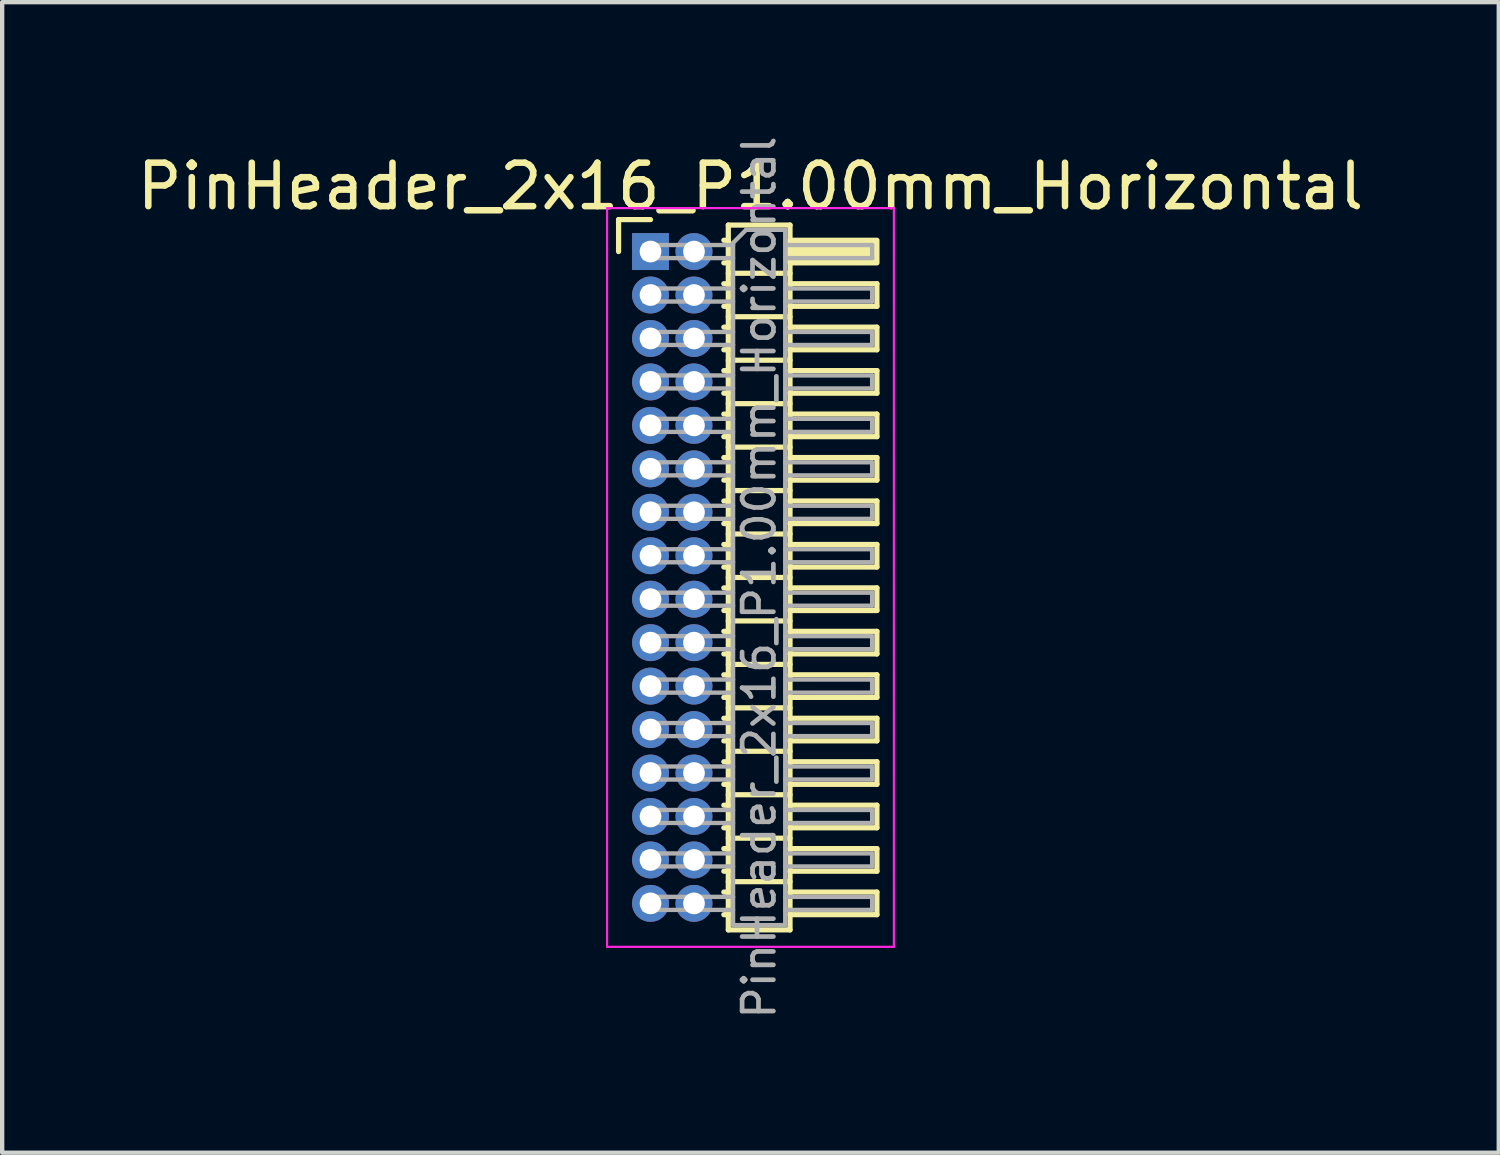
<source format=kicad_pcb>
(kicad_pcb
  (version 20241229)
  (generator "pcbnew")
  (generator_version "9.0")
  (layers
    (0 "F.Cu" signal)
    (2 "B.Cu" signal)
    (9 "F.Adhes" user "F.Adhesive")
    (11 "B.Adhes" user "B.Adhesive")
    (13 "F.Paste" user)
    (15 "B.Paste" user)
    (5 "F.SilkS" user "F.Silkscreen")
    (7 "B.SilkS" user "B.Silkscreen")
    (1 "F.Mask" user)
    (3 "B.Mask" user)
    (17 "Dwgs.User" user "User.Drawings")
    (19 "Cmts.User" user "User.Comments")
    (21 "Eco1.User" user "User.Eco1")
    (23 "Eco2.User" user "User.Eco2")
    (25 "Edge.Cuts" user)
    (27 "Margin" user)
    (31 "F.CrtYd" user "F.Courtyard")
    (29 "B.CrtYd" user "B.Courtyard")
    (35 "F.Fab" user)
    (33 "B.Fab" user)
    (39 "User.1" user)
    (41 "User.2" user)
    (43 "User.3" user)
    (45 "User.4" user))
  (footprint "PinHeader_2x16_P1.00mm_Horizontal"
    (layer "F.Cu")
    (at 11.92 2.739)
    (property "Reference" "PinHeader_2x16_P1.00mm_Horizontal" (at 2.3 -1.5 0) (layer "F.SilkS") (effects (font (size 1 1) (thickness 0.15))))
    (attr through_hole)
    (fp_line (start -0.735 -0.735) (end 0 -0.735) (stroke (width 0.12) (type solid)) (layer "F.SilkS"))
    (fp_line (start -0.735 0) (end -0.735 -0.735) (stroke (width 0.12) (type solid)) (layer "F.SilkS"))
    (fp_line (start 1.687 -0.26) (end 1.79 -0.26) (stroke (width 0.12) (type solid)) (layer "F.SilkS"))
    (fp_line (start 1.687 0.26) (end 1.79 0.26) (stroke (width 0.12) (type solid)) (layer "F.SilkS"))
    (fp_line (start 1.687 0.74) (end 1.79 0.74) (stroke (width 0.12) (type solid)) (layer "F.SilkS"))
    (fp_line (start 1.687 1.26) (end 1.79 1.26) (stroke (width 0.12) (type solid)) (layer "F.SilkS"))
    (fp_line (start 1.687 1.74) (end 1.79 1.74) (stroke (width 0.12) (type solid)) (layer "F.SilkS"))
    (fp_line (start 1.687 2.26) (end 1.79 2.26) (stroke (width 0.12) (type solid)) (layer "F.SilkS"))
    (fp_line (start 1.687 2.74) (end 1.79 2.74) (stroke (width 0.12) (type solid)) (layer "F.SilkS"))
    (fp_line (start 1.687 3.26) (end 1.79 3.26) (stroke (width 0.12) (type solid)) (layer "F.SilkS"))
    (fp_line (start 1.687 3.74) (end 1.79 3.74) (stroke (width 0.12) (type solid)) (layer "F.SilkS"))
    (fp_line (start 1.687 4.26) (end 1.79 4.26) (stroke (width 0.12) (type solid)) (layer "F.SilkS"))
    (fp_line (start 1.687 4.74) (end 1.79 4.74) (stroke (width 0.12) (type solid)) (layer "F.SilkS"))
    (fp_line (start 1.687 5.26) (end 1.79 5.26) (stroke (width 0.12) (type solid)) (layer "F.SilkS"))
    (fp_line (start 1.687 5.74) (end 1.79 5.74) (stroke (width 0.12) (type solid)) (layer "F.SilkS"))
    (fp_line (start 1.687 6.26) (end 1.79 6.26) (stroke (width 0.12) (type solid)) (layer "F.SilkS"))
    (fp_line (start 1.687 6.74) (end 1.79 6.74) (stroke (width 0.12) (type solid)) (layer "F.SilkS"))
    (fp_line (start 1.687 7.26) (end 1.79 7.26) (stroke (width 0.12) (type solid)) (layer "F.SilkS"))
    (fp_line (start 1.687 7.74) (end 1.79 7.74) (stroke (width 0.12) (type solid)) (layer "F.SilkS"))
    (fp_line (start 1.687 8.26) (end 1.79 8.26) (stroke (width 0.12) (type solid)) (layer "F.SilkS"))
    (fp_line (start 1.687 8.74) (end 1.79 8.74) (stroke (width 0.12) (type solid)) (layer "F.SilkS"))
    (fp_line (start 1.687 9.26) (end 1.79 9.26) (stroke (width 0.12) (type solid)) (layer "F.SilkS"))
    (fp_line (start 1.687 9.74) (end 1.79 9.74) (stroke (width 0.12) (type solid)) (layer "F.SilkS"))
    (fp_line (start 1.687 10.26) (end 1.79 10.26) (stroke (width 0.12) (type solid)) (layer "F.SilkS"))
    (fp_line (start 1.687 10.74) (end 1.79 10.74) (stroke (width 0.12) (type solid)) (layer "F.SilkS"))
    (fp_line (start 1.687 11.26) (end 1.79 11.26) (stroke (width 0.12) (type solid)) (layer "F.SilkS"))
    (fp_line (start 1.687 11.74) (end 1.79 11.74) (stroke (width 0.12) (type solid)) (layer "F.SilkS"))
    (fp_line (start 1.687 12.26) (end 1.79 12.26) (stroke (width 0.12) (type solid)) (layer "F.SilkS"))
    (fp_line (start 1.687 12.74) (end 1.79 12.74) (stroke (width 0.12) (type solid)) (layer "F.SilkS"))
    (fp_line (start 1.687 13.26) (end 1.79 13.26) (stroke (width 0.12) (type solid)) (layer "F.SilkS"))
    (fp_line (start 1.687 13.74) (end 1.79 13.74) (stroke (width 0.12) (type solid)) (layer "F.SilkS"))
    (fp_line (start 1.687 14.26) (end 1.79 14.26) (stroke (width 0.12) (type solid)) (layer "F.SilkS"))
    (fp_line (start 1.687 14.74) (end 1.79 14.74) (stroke (width 0.12) (type solid)) (layer "F.SilkS"))
    (fp_line (start 1.687 15.26) (end 1.79 15.26) (stroke (width 0.12) (type solid)) (layer "F.SilkS"))
    (fp_line (start 1.79 -0.61) (end 1.79 15.61) (stroke (width 0.12) (type solid)) (layer "F.SilkS"))
    (fp_line (start 1.79 0.5) (end 3.21 0.5) (stroke (width 0.12) (type solid)) (layer "F.SilkS"))
    (fp_line (start 1.79 1.5) (end 3.21 1.5) (stroke (width 0.12) (type solid)) (layer "F.SilkS"))
    (fp_line (start 1.79 2.5) (end 3.21 2.5) (stroke (width 0.12) (type solid)) (layer "F.SilkS"))
    (fp_line (start 1.79 3.5) (end 3.21 3.5) (stroke (width 0.12) (type solid)) (layer "F.SilkS"))
    (fp_line (start 1.79 4.5) (end 3.21 4.5) (stroke (width 0.12) (type solid)) (layer "F.SilkS"))
    (fp_line (start 1.79 5.5) (end 3.21 5.5) (stroke (width 0.12) (type solid)) (layer "F.SilkS"))
    (fp_line (start 1.79 6.5) (end 3.21 6.5) (stroke (width 0.12) (type solid)) (layer "F.SilkS"))
    (fp_line (start 1.79 7.5) (end 3.21 7.5) (stroke (width 0.12) (type solid)) (layer "F.SilkS"))
    (fp_line (start 1.79 8.5) (end 3.21 8.5) (stroke (width 0.12) (type solid)) (layer "F.SilkS"))
    (fp_line (start 1.79 9.5) (end 3.21 9.5) (stroke (width 0.12) (type solid)) (layer "F.SilkS"))
    (fp_line (start 1.79 10.5) (end 3.21 10.5) (stroke (width 0.12) (type solid)) (layer "F.SilkS"))
    (fp_line (start 1.79 11.5) (end 3.21 11.5) (stroke (width 0.12) (type solid)) (layer "F.SilkS"))
    (fp_line (start 1.79 12.5) (end 3.21 12.5) (stroke (width 0.12) (type solid)) (layer "F.SilkS"))
    (fp_line (start 1.79 13.5) (end 3.21 13.5) (stroke (width 0.12) (type solid)) (layer "F.SilkS"))
    (fp_line (start 1.79 14.5) (end 3.21 14.5) (stroke (width 0.12) (type solid)) (layer "F.SilkS"))
    (fp_line (start 1.79 15.61) (end 3.21 15.61) (stroke (width 0.12) (type solid)) (layer "F.SilkS"))
    (fp_line (start 3.21 -0.61) (end 1.79 -0.61) (stroke (width 0.12) (type solid)) (layer "F.SilkS"))
    (fp_line (start 3.21 0.74) (end 5.21 0.74) (stroke (width 0.12) (type solid)) (layer "F.SilkS"))
    (fp_line (start 3.21 1.74) (end 5.21 1.74) (stroke (width 0.12) (type solid)) (layer "F.SilkS"))
    (fp_line (start 3.21 2.74) (end 5.21 2.74) (stroke (width 0.12) (type solid)) (layer "F.SilkS"))
    (fp_line (start 3.21 3.74) (end 5.21 3.74) (stroke (width 0.12) (type solid)) (layer "F.SilkS"))
    (fp_line (start 3.21 4.74) (end 5.21 4.74) (stroke (width 0.12) (type solid)) (layer "F.SilkS"))
    (fp_line (start 3.21 5.74) (end 5.21 5.74) (stroke (width 0.12) (type solid)) (layer "F.SilkS"))
    (fp_line (start 3.21 6.74) (end 5.21 6.74) (stroke (width 0.12) (type solid)) (layer "F.SilkS"))
    (fp_line (start 3.21 7.74) (end 5.21 7.74) (stroke (width 0.12) (type solid)) (layer "F.SilkS"))
    (fp_line (start 3.21 8.74) (end 5.21 8.74) (stroke (width 0.12) (type solid)) (layer "F.SilkS"))
    (fp_line (start 3.21 9.74) (end 5.21 9.74) (stroke (width 0.12) (type solid)) (layer "F.SilkS"))
    (fp_line (start 3.21 10.74) (end 5.21 10.74) (stroke (width 0.12) (type solid)) (layer "F.SilkS"))
    (fp_line (start 3.21 11.74) (end 5.21 11.74) (stroke (width 0.12) (type solid)) (layer "F.SilkS"))
    (fp_line (start 3.21 12.74) (end 5.21 12.74) (stroke (width 0.12) (type solid)) (layer "F.SilkS"))
    (fp_line (start 3.21 13.74) (end 5.21 13.74) (stroke (width 0.12) (type solid)) (layer "F.SilkS"))
    (fp_line (start 3.21 14.74) (end 5.21 14.74) (stroke (width 0.12) (type solid)) (layer "F.SilkS"))
    (fp_line (start 3.21 15.61) (end 3.21 -0.61) (stroke (width 0.12) (type solid)) (layer "F.SilkS"))
    (fp_line (start 5.21 0.74) (end 5.21 1.26) (stroke (width 0.12) (type solid)) (layer "F.SilkS"))
    (fp_line (start 5.21 1.26) (end 3.21 1.26) (stroke (width 0.12) (type solid)) (layer "F.SilkS"))
    (fp_line (start 5.21 1.74) (end 5.21 2.26) (stroke (width 0.12) (type solid)) (layer "F.SilkS"))
    (fp_line (start 5.21 2.26) (end 3.21 2.26) (stroke (width 0.12) (type solid)) (layer "F.SilkS"))
    (fp_line (start 5.21 2.74) (end 5.21 3.26) (stroke (width 0.12) (type solid)) (layer "F.SilkS"))
    (fp_line (start 5.21 3.26) (end 3.21 3.26) (stroke (width 0.12) (type solid)) (layer "F.SilkS"))
    (fp_line (start 5.21 3.74) (end 5.21 4.26) (stroke (width 0.12) (type solid)) (layer "F.SilkS"))
    (fp_line (start 5.21 4.26) (end 3.21 4.26) (stroke (width 0.12) (type solid)) (layer "F.SilkS"))
    (fp_line (start 5.21 4.74) (end 5.21 5.26) (stroke (width 0.12) (type solid)) (layer "F.SilkS"))
    (fp_line (start 5.21 5.26) (end 3.21 5.26) (stroke (width 0.12) (type solid)) (layer "F.SilkS"))
    (fp_line (start 5.21 5.74) (end 5.21 6.26) (stroke (width 0.12) (type solid)) (layer "F.SilkS"))
    (fp_line (start 5.21 6.26) (end 3.21 6.26) (stroke (width 0.12) (type solid)) (layer "F.SilkS"))
    (fp_line (start 5.21 6.74) (end 5.21 7.26) (stroke (width 0.12) (type solid)) (layer "F.SilkS"))
    (fp_line (start 5.21 7.26) (end 3.21 7.26) (stroke (width 0.12) (type solid)) (layer "F.SilkS"))
    (fp_line (start 5.21 7.74) (end 5.21 8.26) (stroke (width 0.12) (type solid)) (layer "F.SilkS"))
    (fp_line (start 5.21 8.26) (end 3.21 8.26) (stroke (width 0.12) (type solid)) (layer "F.SilkS"))
    (fp_line (start 5.21 8.74) (end 5.21 9.26) (stroke (width 0.12) (type solid)) (layer "F.SilkS"))
    (fp_line (start 5.21 9.26) (end 3.21 9.26) (stroke (width 0.12) (type solid)) (layer "F.SilkS"))
    (fp_line (start 5.21 9.74) (end 5.21 10.26) (stroke (width 0.12) (type solid)) (layer "F.SilkS"))
    (fp_line (start 5.21 10.26) (end 3.21 10.26) (stroke (width 0.12) (type solid)) (layer "F.SilkS"))
    (fp_line (start 5.21 10.74) (end 5.21 11.26) (stroke (width 0.12) (type solid)) (layer "F.SilkS"))
    (fp_line (start 5.21 11.26) (end 3.21 11.26) (stroke (width 0.12) (type solid)) (layer "F.SilkS"))
    (fp_line (start 5.21 11.74) (end 5.21 12.26) (stroke (width 0.12) (type solid)) (layer "F.SilkS"))
    (fp_line (start 5.21 12.26) (end 3.21 12.26) (stroke (width 0.12) (type solid)) (layer "F.SilkS"))
    (fp_line (start 5.21 12.74) (end 5.21 13.26) (stroke (width 0.12) (type solid)) (layer "F.SilkS"))
    (fp_line (start 5.21 13.26) (end 3.21 13.26) (stroke (width 0.12) (type solid)) (layer "F.SilkS"))
    (fp_line (start 5.21 13.74) (end 5.21 14.26) (stroke (width 0.12) (type solid)) (layer "F.SilkS"))
    (fp_line (start 5.21 14.26) (end 3.21 14.26) (stroke (width 0.12) (type solid)) (layer "F.SilkS"))
    (fp_line (start 5.21 14.74) (end 5.21 15.26) (stroke (width 0.12) (type solid)) (layer "F.SilkS"))
    (fp_line (start 5.21 15.26) (end 3.21 15.26) (stroke (width 0.12) (type solid)) (layer "F.SilkS"))
    (fp_rect (start 3.21 -0.26) (end 5.21 0.26) (stroke (width 0.12) (type solid)) (fill yes) (layer "F.SilkS"))
    (fp_line (start -1 -1) (end -1 16) (stroke (width 0.05) (type solid)) (layer "F.CrtYd"))
    (fp_line (start -1 16) (end 5.6 16) (stroke (width 0.05) (type solid)) (layer "F.CrtYd"))
    (fp_line (start 5.6 -1) (end -1 -1) (stroke (width 0.05) (type solid)) (layer "F.CrtYd"))
    (fp_line (start 5.6 16) (end 5.6 -1) (stroke (width 0.05) (type solid)) (layer "F.CrtYd"))
    (fp_line (start -0.15 -0.15) (end -0.15 0.15) (stroke (width 0.1) (type solid)) (layer "F.Fab"))
    (fp_line (start -0.15 -0.15) (end 1.9 -0.15) (stroke (width 0.1) (type solid)) (layer "F.Fab"))
    (fp_line (start -0.15 0.15) (end 1.9 0.15) (stroke (width 0.1) (type solid)) (layer "F.Fab"))
    (fp_line (start -0.15 0.85) (end -0.15 1.15) (stroke (width 0.1) (type solid)) (layer "F.Fab"))
    (fp_line (start -0.15 0.85) (end 1.9 0.85) (stroke (width 0.1) (type solid)) (layer "F.Fab"))
    (fp_line (start -0.15 1.15) (end 1.9 1.15) (stroke (width 0.1) (type solid)) (layer "F.Fab"))
    (fp_line (start -0.15 1.85) (end -0.15 2.15) (stroke (width 0.1) (type solid)) (layer "F.Fab"))
    (fp_line (start -0.15 1.85) (end 1.9 1.85) (stroke (width 0.1) (type solid)) (layer "F.Fab"))
    (fp_line (start -0.15 2.15) (end 1.9 2.15) (stroke (width 0.1) (type solid)) (layer "F.Fab"))
    (fp_line (start -0.15 2.85) (end -0.15 3.15) (stroke (width 0.1) (type solid)) (layer "F.Fab"))
    (fp_line (start -0.15 2.85) (end 1.9 2.85) (stroke (width 0.1) (type solid)) (layer "F.Fab"))
    (fp_line (start -0.15 3.15) (end 1.9 3.15) (stroke (width 0.1) (type solid)) (layer "F.Fab"))
    (fp_line (start -0.15 3.85) (end -0.15 4.15) (stroke (width 0.1) (type solid)) (layer "F.Fab"))
    (fp_line (start -0.15 3.85) (end 1.9 3.85) (stroke (width 0.1) (type solid)) (layer "F.Fab"))
    (fp_line (start -0.15 4.15) (end 1.9 4.15) (stroke (width 0.1) (type solid)) (layer "F.Fab"))
    (fp_line (start -0.15 4.85) (end -0.15 5.15) (stroke (width 0.1) (type solid)) (layer "F.Fab"))
    (fp_line (start -0.15 4.85) (end 1.9 4.85) (stroke (width 0.1) (type solid)) (layer "F.Fab"))
    (fp_line (start -0.15 5.15) (end 1.9 5.15) (stroke (width 0.1) (type solid)) (layer "F.Fab"))
    (fp_line (start -0.15 5.85) (end -0.15 6.15) (stroke (width 0.1) (type solid)) (layer "F.Fab"))
    (fp_line (start -0.15 5.85) (end 1.9 5.85) (stroke (width 0.1) (type solid)) (layer "F.Fab"))
    (fp_line (start -0.15 6.15) (end 1.9 6.15) (stroke (width 0.1) (type solid)) (layer "F.Fab"))
    (fp_line (start -0.15 6.85) (end -0.15 7.15) (stroke (width 0.1) (type solid)) (layer "F.Fab"))
    (fp_line (start -0.15 6.85) (end 1.9 6.85) (stroke (width 0.1) (type solid)) (layer "F.Fab"))
    (fp_line (start -0.15 7.15) (end 1.9 7.15) (stroke (width 0.1) (type solid)) (layer "F.Fab"))
    (fp_line (start -0.15 7.85) (end -0.15 8.15) (stroke (width 0.1) (type solid)) (layer "F.Fab"))
    (fp_line (start -0.15 7.85) (end 1.9 7.85) (stroke (width 0.1) (type solid)) (layer "F.Fab"))
    (fp_line (start -0.15 8.15) (end 1.9 8.15) (stroke (width 0.1) (type solid)) (layer "F.Fab"))
    (fp_line (start -0.15 8.85) (end -0.15 9.15) (stroke (width 0.1) (type solid)) (layer "F.Fab"))
    (fp_line (start -0.15 8.85) (end 1.9 8.85) (stroke (width 0.1) (type solid)) (layer "F.Fab"))
    (fp_line (start -0.15 9.15) (end 1.9 9.15) (stroke (width 0.1) (type solid)) (layer "F.Fab"))
    (fp_line (start -0.15 9.85) (end -0.15 10.15) (stroke (width 0.1) (type solid)) (layer "F.Fab"))
    (fp_line (start -0.15 9.85) (end 1.9 9.85) (stroke (width 0.1) (type solid)) (layer "F.Fab"))
    (fp_line (start -0.15 10.15) (end 1.9 10.15) (stroke (width 0.1) (type solid)) (layer "F.Fab"))
    (fp_line (start -0.15 10.85) (end -0.15 11.15) (stroke (width 0.1) (type solid)) (layer "F.Fab"))
    (fp_line (start -0.15 10.85) (end 1.9 10.85) (stroke (width 0.1) (type solid)) (layer "F.Fab"))
    (fp_line (start -0.15 11.15) (end 1.9 11.15) (stroke (width 0.1) (type solid)) (layer "F.Fab"))
    (fp_line (start -0.15 11.85) (end -0.15 12.15) (stroke (width 0.1) (type solid)) (layer "F.Fab"))
    (fp_line (start -0.15 11.85) (end 1.9 11.85) (stroke (width 0.1) (type solid)) (layer "F.Fab"))
    (fp_line (start -0.15 12.15) (end 1.9 12.15) (stroke (width 0.1) (type solid)) (layer "F.Fab"))
    (fp_line (start -0.15 12.85) (end -0.15 13.15) (stroke (width 0.1) (type solid)) (layer "F.Fab"))
    (fp_line (start -0.15 12.85) (end 1.9 12.85) (stroke (width 0.1) (type solid)) (layer "F.Fab"))
    (fp_line (start -0.15 13.15) (end 1.9 13.15) (stroke (width 0.1) (type solid)) (layer "F.Fab"))
    (fp_line (start -0.15 13.85) (end -0.15 14.15) (stroke (width 0.1) (type solid)) (layer "F.Fab"))
    (fp_line (start -0.15 13.85) (end 1.9 13.85) (stroke (width 0.1) (type solid)) (layer "F.Fab"))
    (fp_line (start -0.15 14.15) (end 1.9 14.15) (stroke (width 0.1) (type solid)) (layer "F.Fab"))
    (fp_line (start -0.15 14.85) (end -0.15 15.15) (stroke (width 0.1) (type solid)) (layer "F.Fab"))
    (fp_line (start -0.15 14.85) (end 1.9 14.85) (stroke (width 0.1) (type solid)) (layer "F.Fab"))
    (fp_line (start -0.15 15.15) (end 1.9 15.15) (stroke (width 0.1) (type solid)) (layer "F.Fab"))
    (fp_line (start 1.9 -0.2) (end 2.2 -0.5) (stroke (width 0.1) (type solid)) (layer "F.Fab"))
    (fp_line (start 1.9 15.5) (end 1.9 -0.2) (stroke (width 0.1) (type solid)) (layer "F.Fab"))
    (fp_line (start 2.2 -0.5) (end 3.1 -0.5) (stroke (width 0.1) (type solid)) (layer "F.Fab"))
    (fp_line (start 3.1 -0.5) (end 3.1 15.5) (stroke (width 0.1) (type solid)) (layer "F.Fab"))
    (fp_line (start 3.1 -0.15) (end 5.1 -0.15) (stroke (width 0.1) (type solid)) (layer "F.Fab"))
    (fp_line (start 3.1 0.15) (end 5.1 0.15) (stroke (width 0.1) (type solid)) (layer "F.Fab"))
    (fp_line (start 3.1 0.85) (end 5.1 0.85) (stroke (width 0.1) (type solid)) (layer "F.Fab"))
    (fp_line (start 3.1 1.15) (end 5.1 1.15) (stroke (width 0.1) (type solid)) (layer "F.Fab"))
    (fp_line (start 3.1 1.85) (end 5.1 1.85) (stroke (width 0.1) (type solid)) (layer "F.Fab"))
    (fp_line (start 3.1 2.15) (end 5.1 2.15) (stroke (width 0.1) (type solid)) (layer "F.Fab"))
    (fp_line (start 3.1 2.85) (end 5.1 2.85) (stroke (width 0.1) (type solid)) (layer "F.Fab"))
    (fp_line (start 3.1 3.15) (end 5.1 3.15) (stroke (width 0.1) (type solid)) (layer "F.Fab"))
    (fp_line (start 3.1 3.85) (end 5.1 3.85) (stroke (width 0.1) (type solid)) (layer "F.Fab"))
    (fp_line (start 3.1 4.15) (end 5.1 4.15) (stroke (width 0.1) (type solid)) (layer "F.Fab"))
    (fp_line (start 3.1 4.85) (end 5.1 4.85) (stroke (width 0.1) (type solid)) (layer "F.Fab"))
    (fp_line (start 3.1 5.15) (end 5.1 5.15) (stroke (width 0.1) (type solid)) (layer "F.Fab"))
    (fp_line (start 3.1 5.85) (end 5.1 5.85) (stroke (width 0.1) (type solid)) (layer "F.Fab"))
    (fp_line (start 3.1 6.15) (end 5.1 6.15) (stroke (width 0.1) (type solid)) (layer "F.Fab"))
    (fp_line (start 3.1 6.85) (end 5.1 6.85) (stroke (width 0.1) (type solid)) (layer "F.Fab"))
    (fp_line (start 3.1 7.15) (end 5.1 7.15) (stroke (width 0.1) (type solid)) (layer "F.Fab"))
    (fp_line (start 3.1 7.85) (end 5.1 7.85) (stroke (width 0.1) (type solid)) (layer "F.Fab"))
    (fp_line (start 3.1 8.15) (end 5.1 8.15) (stroke (width 0.1) (type solid)) (layer "F.Fab"))
    (fp_line (start 3.1 8.85) (end 5.1 8.85) (stroke (width 0.1) (type solid)) (layer "F.Fab"))
    (fp_line (start 3.1 9.15) (end 5.1 9.15) (stroke (width 0.1) (type solid)) (layer "F.Fab"))
    (fp_line (start 3.1 9.85) (end 5.1 9.85) (stroke (width 0.1) (type solid)) (layer "F.Fab"))
    (fp_line (start 3.1 10.15) (end 5.1 10.15) (stroke (width 0.1) (type solid)) (layer "F.Fab"))
    (fp_line (start 3.1 10.85) (end 5.1 10.85) (stroke (width 0.1) (type solid)) (layer "F.Fab"))
    (fp_line (start 3.1 11.15) (end 5.1 11.15) (stroke (width 0.1) (type solid)) (layer "F.Fab"))
    (fp_line (start 3.1 11.85) (end 5.1 11.85) (stroke (width 0.1) (type solid)) (layer "F.Fab"))
    (fp_line (start 3.1 12.15) (end 5.1 12.15) (stroke (width 0.1) (type solid)) (layer "F.Fab"))
    (fp_line (start 3.1 12.85) (end 5.1 12.85) (stroke (width 0.1) (type solid)) (layer "F.Fab"))
    (fp_line (start 3.1 13.15) (end 5.1 13.15) (stroke (width 0.1) (type solid)) (layer "F.Fab"))
    (fp_line (start 3.1 13.85) (end 5.1 13.85) (stroke (width 0.1) (type solid)) (layer "F.Fab"))
    (fp_line (start 3.1 14.15) (end 5.1 14.15) (stroke (width 0.1) (type solid)) (layer "F.Fab"))
    (fp_line (start 3.1 14.85) (end 5.1 14.85) (stroke (width 0.1) (type solid)) (layer "F.Fab"))
    (fp_line (start 3.1 15.15) (end 5.1 15.15) (stroke (width 0.1) (type solid)) (layer "F.Fab"))
    (fp_line (start 3.1 15.5) (end 1.9 15.5) (stroke (width 0.1) (type solid)) (layer "F.Fab"))
    (fp_line (start 5.1 -0.15) (end 5.1 0.15) (stroke (width 0.1) (type solid)) (layer "F.Fab"))
    (fp_line (start 5.1 0.85) (end 5.1 1.15) (stroke (width 0.1) (type solid)) (layer "F.Fab"))
    (fp_line (start 5.1 1.85) (end 5.1 2.15) (stroke (width 0.1) (type solid)) (layer "F.Fab"))
    (fp_line (start 5.1 2.85) (end 5.1 3.15) (stroke (width 0.1) (type solid)) (layer "F.Fab"))
    (fp_line (start 5.1 3.85) (end 5.1 4.15) (stroke (width 0.1) (type solid)) (layer "F.Fab"))
    (fp_line (start 5.1 4.85) (end 5.1 5.15) (stroke (width 0.1) (type solid)) (layer "F.Fab"))
    (fp_line (start 5.1 5.85) (end 5.1 6.15) (stroke (width 0.1) (type solid)) (layer "F.Fab"))
    (fp_line (start 5.1 6.85) (end 5.1 7.15) (stroke (width 0.1) (type solid)) (layer "F.Fab"))
    (fp_line (start 5.1 7.85) (end 5.1 8.15) (stroke (width 0.1) (type solid)) (layer "F.Fab"))
    (fp_line (start 5.1 8.85) (end 5.1 9.15) (stroke (width 0.1) (type solid)) (layer "F.Fab"))
    (fp_line (start 5.1 9.85) (end 5.1 10.15) (stroke (width 0.1) (type solid)) (layer "F.Fab"))
    (fp_line (start 5.1 10.85) (end 5.1 11.15) (stroke (width 0.1) (type solid)) (layer "F.Fab"))
    (fp_line (start 5.1 11.85) (end 5.1 12.15) (stroke (width 0.1) (type solid)) (layer "F.Fab"))
    (fp_line (start 5.1 12.85) (end 5.1 13.15) (stroke (width 0.1) (type solid)) (layer "F.Fab"))
    (fp_line (start 5.1 13.85) (end 5.1 14.15) (stroke (width 0.1) (type solid)) (layer "F.Fab"))
    (fp_line (start 5.1 14.85) (end 5.1 15.15) (stroke (width 0.1) (type solid)) (layer "F.Fab"))
    (fp_text user "${REFERENCE}" (at 2.5 7.5 90) (layer "F.Fab") (effects (font (size 0.72 0.72) (thickness 0.108))))
    (pad "1" thru_hole rect (at 0 0) (size 0.85 0.85) (drill 0.5) (layers "*.Cu" "*.Mask"))
    (pad "2" thru_hole circle (at 1 0) (size 0.85 0.85) (drill 0.5) (layers "*.Cu" "*.Mask"))
    (pad "3" thru_hole circle (at 0 1) (size 0.85 0.85) (drill 0.5) (layers "*.Cu" "*.Mask"))
    (pad "4" thru_hole circle (at 1 1) (size 0.85 0.85) (drill 0.5) (layers "*.Cu" "*.Mask"))
    (pad "5" thru_hole circle (at 0 2) (size 0.85 0.85) (drill 0.5) (layers "*.Cu" "*.Mask"))
    (pad "6" thru_hole circle (at 1 2) (size 0.85 0.85) (drill 0.5) (layers "*.Cu" "*.Mask"))
    (pad "7" thru_hole circle (at 0 3) (size 0.85 0.85) (drill 0.5) (layers "*.Cu" "*.Mask"))
    (pad "8" thru_hole circle (at 1 3) (size 0.85 0.85) (drill 0.5) (layers "*.Cu" "*.Mask"))
    (pad "9" thru_hole circle (at 0 4) (size 0.85 0.85) (drill 0.5) (layers "*.Cu" "*.Mask"))
    (pad "10" thru_hole circle (at 1 4) (size 0.85 0.85) (drill 0.5) (layers "*.Cu" "*.Mask"))
    (pad "11" thru_hole circle (at 0 5) (size 0.85 0.85) (drill 0.5) (layers "*.Cu" "*.Mask"))
    (pad "12" thru_hole circle (at 1 5) (size 0.85 0.85) (drill 0.5) (layers "*.Cu" "*.Mask"))
    (pad "13" thru_hole circle (at 0 6) (size 0.85 0.85) (drill 0.5) (layers "*.Cu" "*.Mask"))
    (pad "14" thru_hole circle (at 1 6) (size 0.85 0.85) (drill 0.5) (layers "*.Cu" "*.Mask"))
    (pad "15" thru_hole circle (at 0 7) (size 0.85 0.85) (drill 0.5) (layers "*.Cu" "*.Mask"))
    (pad "16" thru_hole circle (at 1 7) (size 0.85 0.85) (drill 0.5) (layers "*.Cu" "*.Mask"))
    (pad "17" thru_hole circle (at 0 8) (size 0.85 0.85) (drill 0.5) (layers "*.Cu" "*.Mask"))
    (pad "18" thru_hole circle (at 1 8) (size 0.85 0.85) (drill 0.5) (layers "*.Cu" "*.Mask"))
    (pad "19" thru_hole circle (at 0 9) (size 0.85 0.85) (drill 0.5) (layers "*.Cu" "*.Mask"))
    (pad "20" thru_hole circle (at 1 9) (size 0.85 0.85) (drill 0.5) (layers "*.Cu" "*.Mask"))
    (pad "21" thru_hole circle (at 0 10) (size 0.85 0.85) (drill 0.5) (layers "*.Cu" "*.Mask"))
    (pad "22" thru_hole circle (at 1 10) (size 0.85 0.85) (drill 0.5) (layers "*.Cu" "*.Mask"))
    (pad "23" thru_hole circle (at 0 11) (size 0.85 0.85) (drill 0.5) (layers "*.Cu" "*.Mask"))
    (pad "24" thru_hole circle (at 1 11) (size 0.85 0.85) (drill 0.5) (layers "*.Cu" "*.Mask"))
    (pad "25" thru_hole circle (at 0 12) (size 0.85 0.85) (drill 0.5) (layers "*.Cu" "*.Mask"))
    (pad "26" thru_hole circle (at 1 12) (size 0.85 0.85) (drill 0.5) (layers "*.Cu" "*.Mask"))
    (pad "27" thru_hole circle (at 0 13) (size 0.85 0.85) (drill 0.5) (layers "*.Cu" "*.Mask"))
    (pad "28" thru_hole circle (at 1 13) (size 0.85 0.85) (drill 0.5) (layers "*.Cu" "*.Mask"))
    (pad "29" thru_hole circle (at 0 14) (size 0.85 0.85) (drill 0.5) (layers "*.Cu" "*.Mask"))
    (pad "30" thru_hole circle (at 1 14) (size 0.85 0.85) (drill 0.5) (layers "*.Cu" "*.Mask"))
    (pad "31" thru_hole circle (at 0 15) (size 0.85 0.85) (drill 0.5) (layers "*.Cu" "*.Mask"))
    (pad "32" thru_hole circle (at 1 15) (size 0.85 0.85) (drill 0.5) (layers "*.Cu" "*.Mask")))
  (gr_rect
    (start -3 -3)
    (end 31.44 23.477)
    (stroke (width 0.1) (type default))
    (fill no)
    (layer "Edge.Cuts")))
</source>
